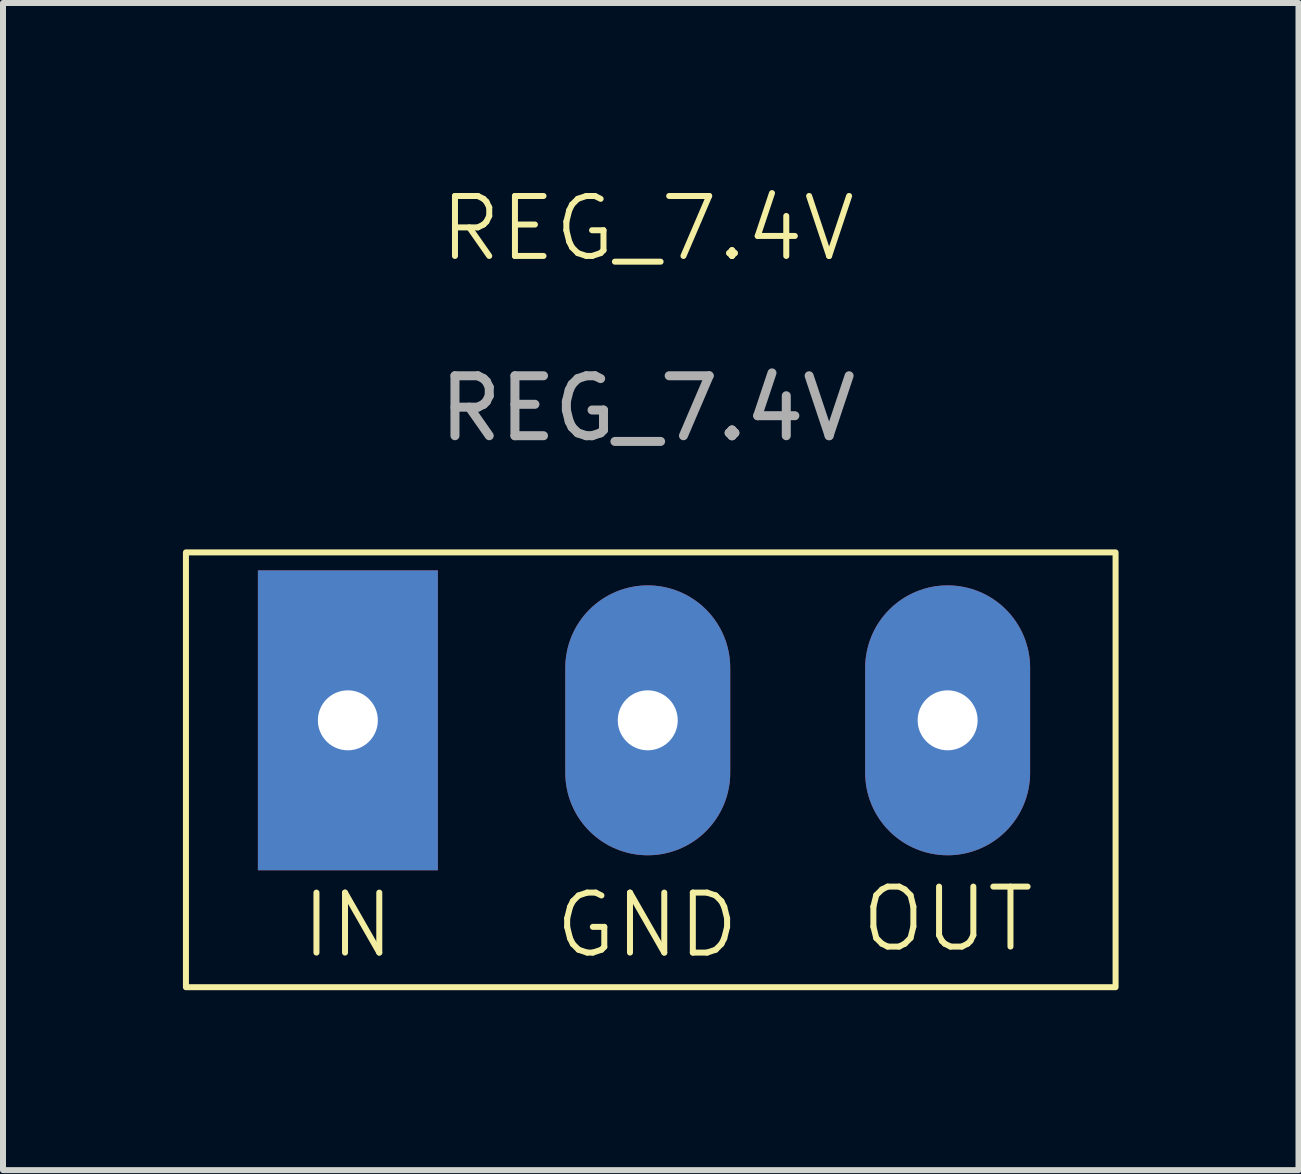
<source format=kicad_pcb>
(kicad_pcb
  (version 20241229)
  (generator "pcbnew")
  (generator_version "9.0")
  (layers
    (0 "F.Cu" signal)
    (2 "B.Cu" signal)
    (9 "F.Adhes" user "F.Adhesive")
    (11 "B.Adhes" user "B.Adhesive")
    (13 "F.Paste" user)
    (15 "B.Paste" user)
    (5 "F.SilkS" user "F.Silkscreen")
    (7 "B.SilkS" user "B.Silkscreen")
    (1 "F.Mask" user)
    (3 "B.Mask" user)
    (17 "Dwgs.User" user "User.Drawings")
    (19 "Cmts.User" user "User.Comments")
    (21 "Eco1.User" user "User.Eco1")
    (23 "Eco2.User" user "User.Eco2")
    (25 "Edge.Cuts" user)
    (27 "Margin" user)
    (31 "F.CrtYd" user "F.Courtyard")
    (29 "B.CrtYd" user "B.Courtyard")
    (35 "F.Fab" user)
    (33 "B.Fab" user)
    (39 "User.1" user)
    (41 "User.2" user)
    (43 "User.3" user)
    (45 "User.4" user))
  (footprint "REG_7.4V"
    (layer "F.Cu")
    (at 7.75 8.96)
    (property "Reference" "REG_7.4V" (at 0 -8.2 0) (unlocked yes) (layer "F.SilkS") (effects (font (size 1 1) (thickness 0.1))))
    (attr through_hole)
    (fp_rect (start -7.7 -2.8) (end 7.8 4.45) (stroke (width 0.1) (type default)) (fill no) (layer "F.SilkS"))
    (fp_text user "OUT" (at 5 3.9 0) (unlocked yes) (layer "F.SilkS") (effects (font (size 1 1) (thickness 0.1)) (justify bottom)))
    (fp_text user "IN" (at -5 4 0) (unlocked yes) (layer "F.SilkS") (effects (font (size 1 1) (thickness 0.1)) (justify bottom)))
    (fp_text user "GND" (at -1.6 4 0) (unlocked yes) (layer "F.SilkS") (effects (font (size 1 1) (thickness 0.1)) (justify left bottom)))
    (fp_text user "${REFERENCE}" (at 0 -5.2 0) (unlocked yes) (layer "F.Fab") (effects (font (size 1 1) (thickness 0.15))))
    (pad "1" thru_hole rect (at -5 0) (size 3 5) (drill 1) (layers "*.Cu" "*.Mask"))
    (pad "2" thru_hole oval (at 0 0) (size 2.75 4.5) (drill 1) (layers "*.Cu" "*.Mask"))
    (pad "2" thru_hole oval (at 5 0) (size 2.75 4.5) (drill 1) (layers "*.Cu" "*.Mask")))
  (gr_rect
    (start -3 -3)
    (end 18.6 16.46)
    (stroke (width 0.1) (type default))
    (fill no)
    (layer "Edge.Cuts")))
</source>
